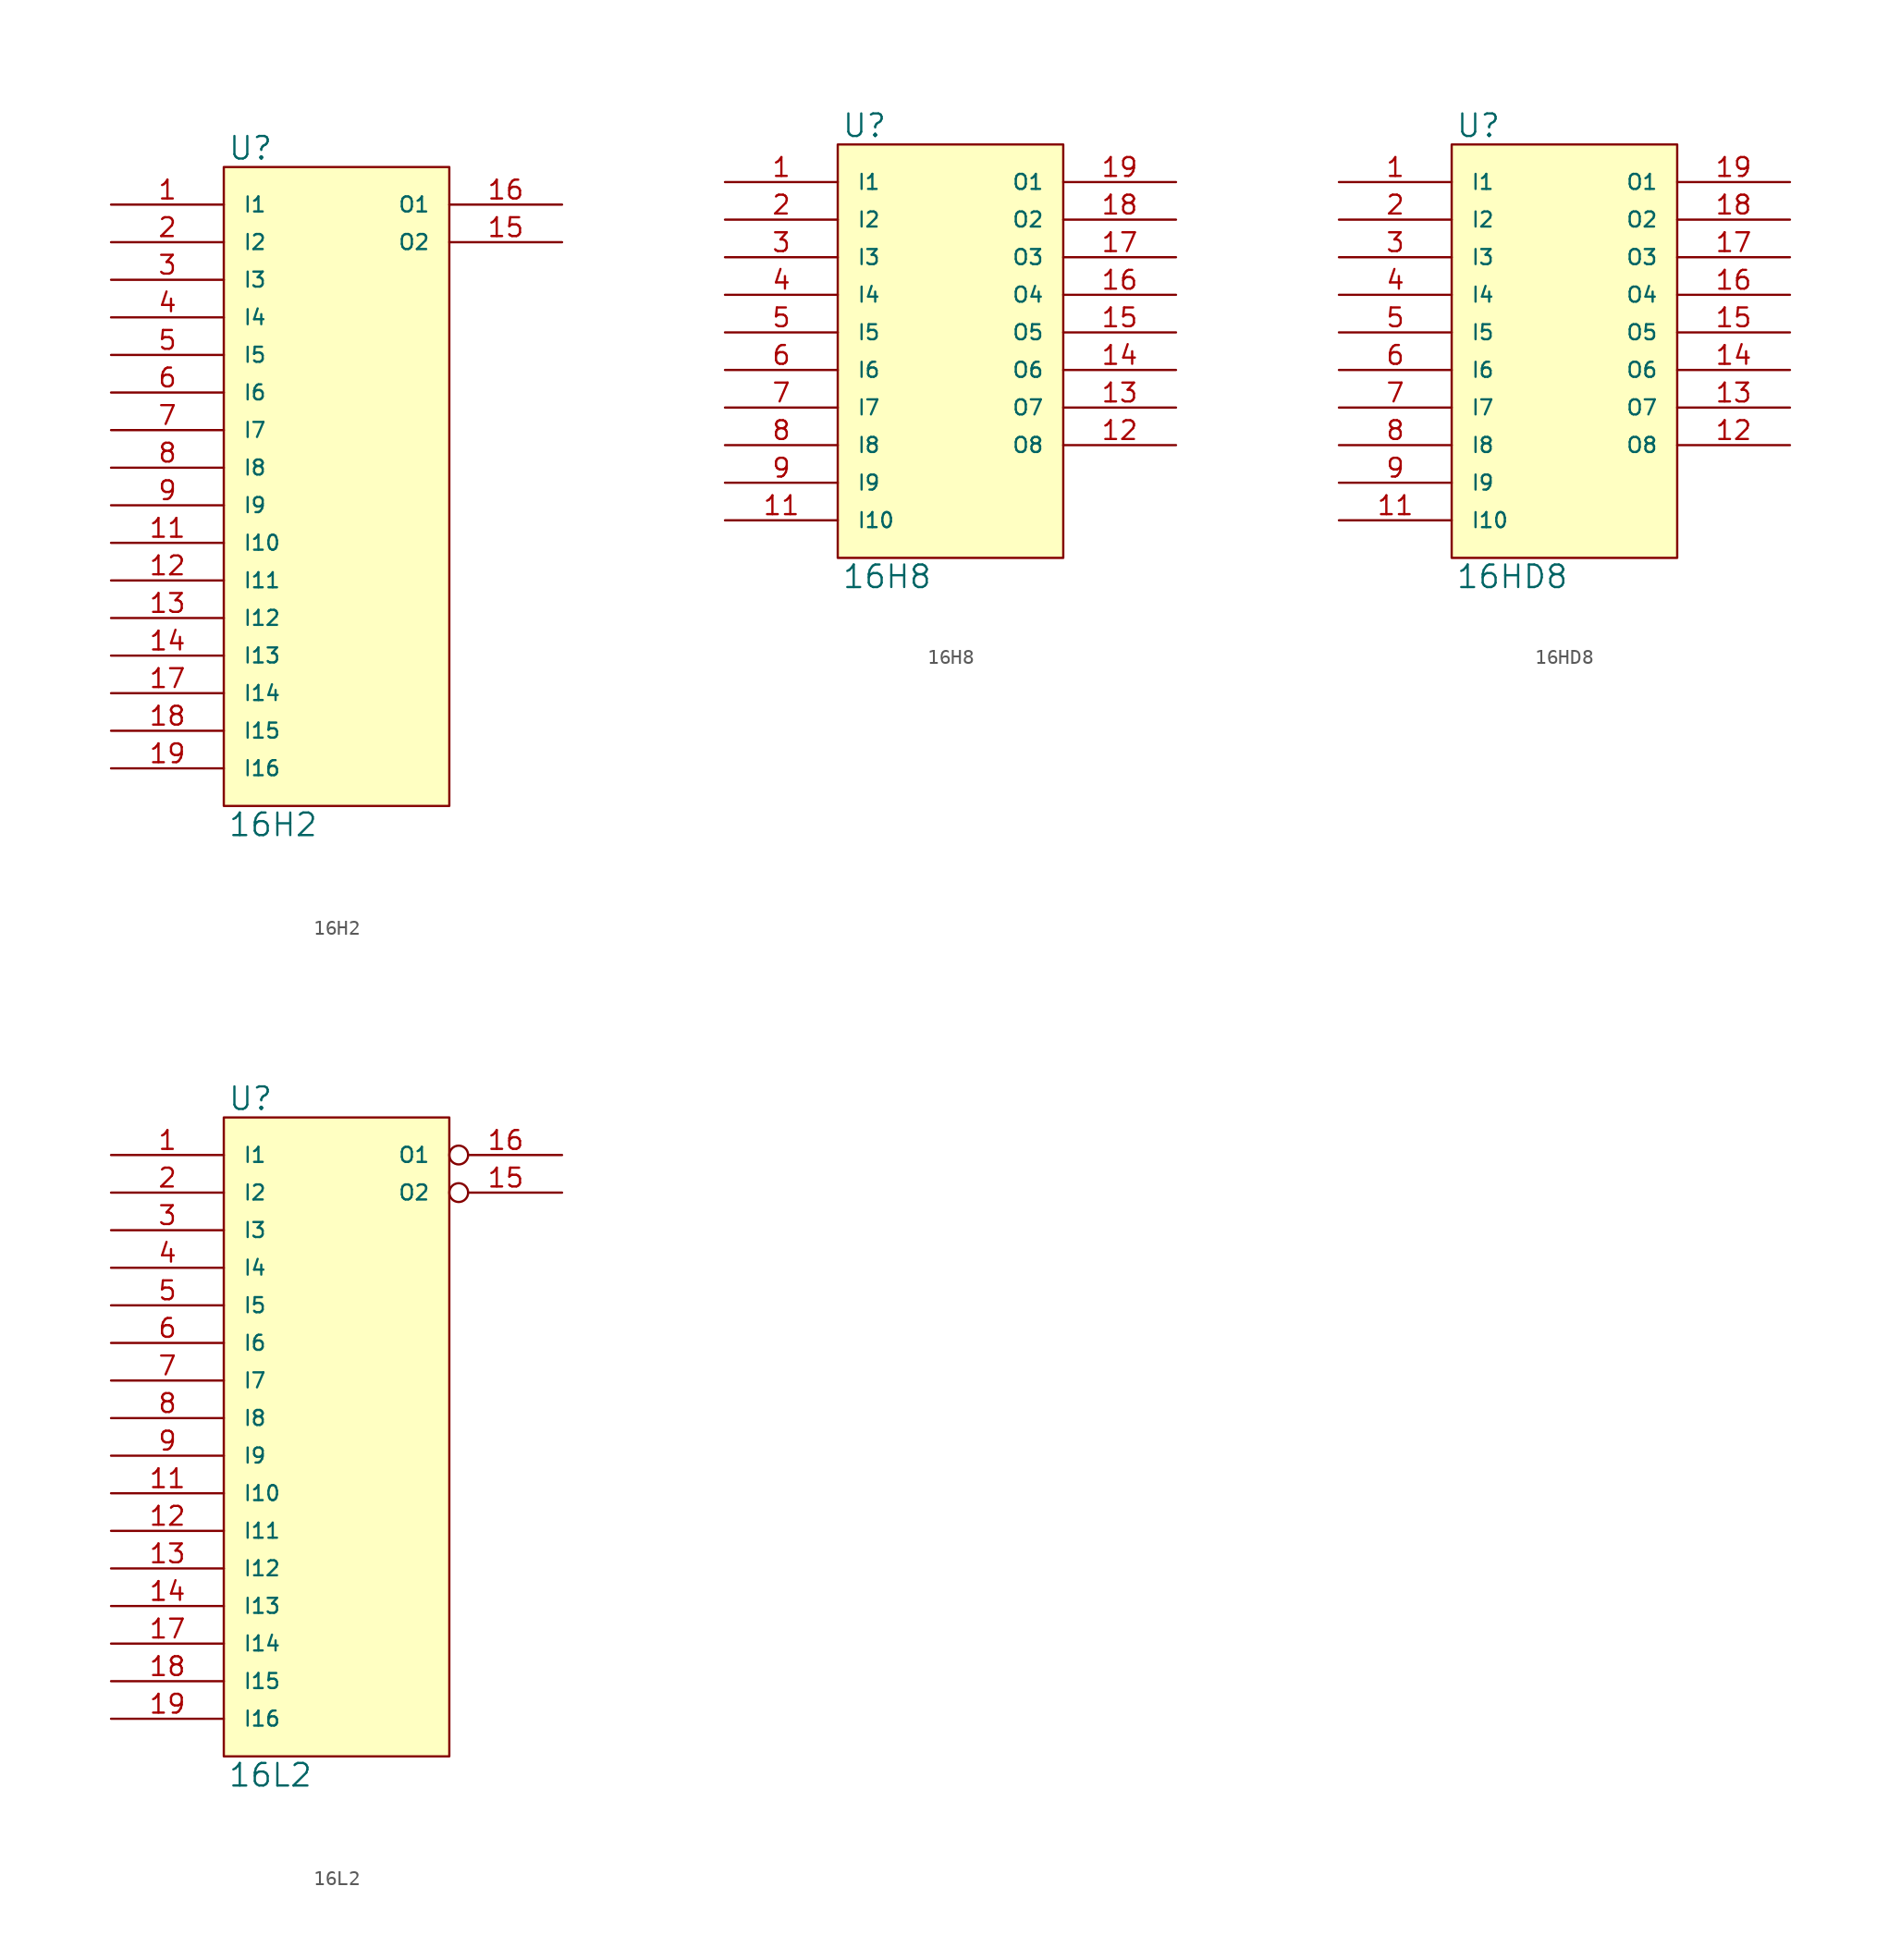
<source format=kicad_sym>
(kicad_symbol_lib
  (version 20231120)
  (generator "kicad_symbol_editor")
  (generator_version "8.0")
  (symbol "16H2"
    (pin_names
      (offset 1.27))
    (property "Reference" "U"
      (at 0.254 0.381 0)
      (effects (font (size 1.524 1.524)) (justify left bottom)))
    (property "Value" "16H2"
      (at 0.254 -43.561 0)
      (effects (font (size 1.524 1.524)) (justify left top)))
    (symbol "16H2_0_1"
      (rectangle (start 0 0) (end 15.24 -43.18) (stroke (width 0) (type solid)) (fill (type background))))
    (symbol "16H2_1_1"
      (pin input line (at -7.62 -2.54 0) (length 7.62) (name "I1" (effects (font (size 1.016 1.016)))) (number "1" (effects (font (size 1.27 1.27)))))
      (pin power_in line (at 0 -43.18 90) (length 0) hide (name "GND" (effects (font (size 1.016 1.016)))) (number "10" (effects (font (size 1.27 1.27)))))
      (pin input line (at -7.62 -25.4 0) (length 7.62) (name "I10" (effects (font (size 1.016 1.016)))) (number "11" (effects (font (size 1.27 1.27)))))
      (pin input line (at -7.62 -27.94 0) (length 7.62) (name "I11" (effects (font (size 1.016 1.016)))) (number "12" (effects (font (size 1.27 1.27)))))
      (pin input line (at -7.62 -30.48 0) (length 7.62) (name "I12" (effects (font (size 1.016 1.016)))) (number "13" (effects (font (size 1.27 1.27)))))
      (pin input line (at -7.62 -33.02 0) (length 7.62) (name "I13" (effects (font (size 1.016 1.016)))) (number "14" (effects (font (size 1.27 1.27)))))
      (pin output line (at 22.86 -5.08 180) (length 7.62) (name "O2" (effects (font (size 1.016 1.016)))) (number "15" (effects (font (size 1.27 1.27)))))
      (pin output line (at 22.86 -2.54 180) (length 7.62) (name "O1" (effects (font (size 1.016 1.016)))) (number "16" (effects (font (size 1.27 1.27)))))
      (pin input line (at -7.62 -35.56 0) (length 7.62) (name "I14" (effects (font (size 1.016 1.016)))) (number "17" (effects (font (size 1.27 1.27)))))
      (pin input line (at -7.62 -38.1 0) (length 7.62) (name "I15" (effects (font (size 1.016 1.016)))) (number "18" (effects (font (size 1.27 1.27)))))
      (pin input line (at -7.62 -40.64 0) (length 7.62) (name "I16" (effects (font (size 1.016 1.016)))) (number "19" (effects (font (size 1.27 1.27)))))
      (pin input line (at -7.62 -5.08 0) (length 7.62) (name "I2" (effects (font (size 1.016 1.016)))) (number "2" (effects (font (size 1.27 1.27)))))
      (pin power_in line (at 0 0 270) (length 0) hide (name "VCC" (effects (font (size 1.016 1.016)))) (number "20" (effects (font (size 1.27 1.27)))))
      (pin input line (at -7.62 -7.62 0) (length 7.62) (name "I3" (effects (font (size 1.016 1.016)))) (number "3" (effects (font (size 1.27 1.27)))))
      (pin input line (at -7.62 -10.16 0) (length 7.62) (name "I4" (effects (font (size 1.016 1.016)))) (number "4" (effects (font (size 1.27 1.27)))))
      (pin input line (at -7.62 -12.7 0) (length 7.62) (name "I5" (effects (font (size 1.016 1.016)))) (number "5" (effects (font (size 1.27 1.27)))))
      (pin input line (at -7.62 -15.24 0) (length 7.62) (name "I6" (effects (font (size 1.016 1.016)))) (number "6" (effects (font (size 1.27 1.27)))))
      (pin input line (at -7.62 -17.78 0) (length 7.62) (name "I7" (effects (font (size 1.016 1.016)))) (number "7" (effects (font (size 1.27 1.27)))))
      (pin input line (at -7.62 -20.32 0) (length 7.62) (name "I8" (effects (font (size 1.016 1.016)))) (number "8" (effects (font (size 1.27 1.27)))))
      (pin input line (at -7.62 -22.86 0) (length 7.62) (name "I9" (effects (font (size 1.016 1.016)))) (number "9" (effects (font (size 1.27 1.27)))))))
  (symbol "16H8"
    (pin_names
      (offset 1.27))
    (property "Reference" "U"
      (at 0.254 0.381 0)
      (effects (font (size 1.524 1.524)) (justify left bottom)))
    (property "Value" "16H8"
      (at 0.254 -28.321 0)
      (effects (font (size 1.524 1.524)) (justify left top)))
    (symbol "16H8_0_1"
      (rectangle (start 0 0) (end 15.24 -27.94) (stroke (width 0) (type solid)) (fill (type background))))
    (symbol "16H8_1_1"
      (pin input line (at -7.62 -2.54 0) (length 7.62) (name "I1" (effects (font (size 1.016 1.016)))) (number "1" (effects (font (size 1.27 1.27)))))
      (pin power_in line (at 0 -27.94 90) (length 0) hide (name "GND" (effects (font (size 1.016 1.016)))) (number "10" (effects (font (size 1.27 1.27)))))
      (pin input line (at -7.62 -25.4 0) (length 7.62) (name "I10" (effects (font (size 1.016 1.016)))) (number "11" (effects (font (size 1.27 1.27)))))
      (pin output line (at 22.86 -20.32 180) (length 7.62) (name "O8" (effects (font (size 1.016 1.016)))) (number "12" (effects (font (size 1.27 1.27)))))
      (pin tri_state line (at 22.86 -17.78 180) (length 7.62) (name "O7" (effects (font (size 1.016 1.016)))) (number "13" (effects (font (size 1.27 1.27)))))
      (pin tri_state line (at 22.86 -15.24 180) (length 7.62) (name "O6" (effects (font (size 1.016 1.016)))) (number "14" (effects (font (size 1.27 1.27)))))
      (pin tri_state line (at 22.86 -12.7 180) (length 7.62) (name "O5" (effects (font (size 1.016 1.016)))) (number "15" (effects (font (size 1.27 1.27)))))
      (pin tri_state line (at 22.86 -10.16 180) (length 7.62) (name "O4" (effects (font (size 1.016 1.016)))) (number "16" (effects (font (size 1.27 1.27)))))
      (pin tri_state line (at 22.86 -7.62 180) (length 7.62) (name "O3" (effects (font (size 1.016 1.016)))) (number "17" (effects (font (size 1.27 1.27)))))
      (pin tri_state line (at 22.86 -5.08 180) (length 7.62) (name "O2" (effects (font (size 1.016 1.016)))) (number "18" (effects (font (size 1.27 1.27)))))
      (pin output line (at 22.86 -2.54 180) (length 7.62) (name "O1" (effects (font (size 1.016 1.016)))) (number "19" (effects (font (size 1.27 1.27)))))
      (pin input line (at -7.62 -5.08 0) (length 7.62) (name "I2" (effects (font (size 1.016 1.016)))) (number "2" (effects (font (size 1.27 1.27)))))
      (pin power_in line (at 0 0 270) (length 0) hide (name "VCC" (effects (font (size 1.016 1.016)))) (number "20" (effects (font (size 1.27 1.27)))))
      (pin input line (at -7.62 -7.62 0) (length 7.62) (name "I3" (effects (font (size 1.016 1.016)))) (number "3" (effects (font (size 1.27 1.27)))))
      (pin input line (at -7.62 -10.16 0) (length 7.62) (name "I4" (effects (font (size 1.016 1.016)))) (number "4" (effects (font (size 1.27 1.27)))))
      (pin input line (at -7.62 -12.7 0) (length 7.62) (name "I5" (effects (font (size 1.016 1.016)))) (number "5" (effects (font (size 1.27 1.27)))))
      (pin input line (at -7.62 -15.24 0) (length 7.62) (name "I6" (effects (font (size 1.016 1.016)))) (number "6" (effects (font (size 1.27 1.27)))))
      (pin input line (at -7.62 -17.78 0) (length 7.62) (name "I7" (effects (font (size 1.016 1.016)))) (number "7" (effects (font (size 1.27 1.27)))))
      (pin input line (at -7.62 -20.32 0) (length 7.62) (name "I8" (effects (font (size 1.016 1.016)))) (number "8" (effects (font (size 1.27 1.27)))))
      (pin input line (at -7.62 -22.86 0) (length 7.62) (name "I9" (effects (font (size 1.016 1.016)))) (number "9" (effects (font (size 1.27 1.27)))))))
  (symbol "16HD8"
    (pin_names
      (offset 1.27))
    (property "Reference" "U"
      (at 0.254 0.381 0)
      (effects (font (size 1.524 1.524)) (justify left bottom)))
    (property "Value" "16HD8"
      (at 0.254 -28.321 0)
      (effects (font (size 1.524 1.524)) (justify left top)))
    (symbol "16HD8_0_1"
      (rectangle (start 0 0) (end 15.24 -27.94) (stroke (width 0) (type solid)) (fill (type background))))
    (symbol "16HD8_1_1"
      (pin input line (at -7.62 -2.54 0) (length 7.62) (name "I1" (effects (font (size 1.016 1.016)))) (number "1" (effects (font (size 1.27 1.27)))))
      (pin power_in line (at 0 -27.94 90) (length 0) hide (name "GND" (effects (font (size 1.016 1.016)))) (number "10" (effects (font (size 1.27 1.27)))))
      (pin input line (at -7.62 -25.4 0) (length 7.62) (name "I10" (effects (font (size 1.016 1.016)))) (number "11" (effects (font (size 1.27 1.27)))))
      (pin output line (at 22.86 -20.32 180) (length 7.62) (name "O8" (effects (font (size 1.016 1.016)))) (number "12" (effects (font (size 1.27 1.27)))))
      (pin output line (at 22.86 -17.78 180) (length 7.62) (name "O7" (effects (font (size 1.016 1.016)))) (number "13" (effects (font (size 1.27 1.27)))))
      (pin output line (at 22.86 -15.24 180) (length 7.62) (name "O6" (effects (font (size 1.016 1.016)))) (number "14" (effects (font (size 1.27 1.27)))))
      (pin output line (at 22.86 -12.7 180) (length 7.62) (name "O5" (effects (font (size 1.016 1.016)))) (number "15" (effects (font (size 1.27 1.27)))))
      (pin output line (at 22.86 -10.16 180) (length 7.62) (name "O4" (effects (font (size 1.016 1.016)))) (number "16" (effects (font (size 1.27 1.27)))))
      (pin output line (at 22.86 -7.62 180) (length 7.62) (name "O3" (effects (font (size 1.016 1.016)))) (number "17" (effects (font (size 1.27 1.27)))))
      (pin output line (at 22.86 -5.08 180) (length 7.62) (name "O2" (effects (font (size 1.016 1.016)))) (number "18" (effects (font (size 1.27 1.27)))))
      (pin output line (at 22.86 -2.54 180) (length 7.62) (name "O1" (effects (font (size 1.016 1.016)))) (number "19" (effects (font (size 1.27 1.27)))))
      (pin input line (at -7.62 -5.08 0) (length 7.62) (name "I2" (effects (font (size 1.016 1.016)))) (number "2" (effects (font (size 1.27 1.27)))))
      (pin power_in line (at 0 0 270) (length 0) hide (name "VCC" (effects (font (size 1.016 1.016)))) (number "20" (effects (font (size 1.27 1.27)))))
      (pin input line (at -7.62 -7.62 0) (length 7.62) (name "I3" (effects (font (size 1.016 1.016)))) (number "3" (effects (font (size 1.27 1.27)))))
      (pin input line (at -7.62 -10.16 0) (length 7.62) (name "I4" (effects (font (size 1.016 1.016)))) (number "4" (effects (font (size 1.27 1.27)))))
      (pin input line (at -7.62 -12.7 0) (length 7.62) (name "I5" (effects (font (size 1.016 1.016)))) (number "5" (effects (font (size 1.27 1.27)))))
      (pin input line (at -7.62 -15.24 0) (length 7.62) (name "I6" (effects (font (size 1.016 1.016)))) (number "6" (effects (font (size 1.27 1.27)))))
      (pin input line (at -7.62 -17.78 0) (length 7.62) (name "I7" (effects (font (size 1.016 1.016)))) (number "7" (effects (font (size 1.27 1.27)))))
      (pin input line (at -7.62 -20.32 0) (length 7.62) (name "I8" (effects (font (size 1.016 1.016)))) (number "8" (effects (font (size 1.27 1.27)))))
      (pin input line (at -7.62 -22.86 0) (length 7.62) (name "I9" (effects (font (size 1.016 1.016)))) (number "9" (effects (font (size 1.27 1.27)))))))
  (symbol "16L2"
    (pin_names
      (offset 1.27))
    (property "Reference" "U"
      (at 0.254 0.381 0)
      (effects (font (size 1.524 1.524)) (justify left bottom)))
    (property "Value" "16L2"
      (at 0.254 -43.561 0)
      (effects (font (size 1.524 1.524)) (justify left top)))
    (symbol "16L2_0_1"
      (rectangle (start 0 0) (end 15.24 -43.18) (stroke (width 0) (type solid)) (fill (type background))))
    (symbol "16L2_1_1"
      (pin input line (at -7.62 -2.54 0) (length 7.62) (name "I1" (effects (font (size 1.016 1.016)))) (number "1" (effects (font (size 1.27 1.27)))))
      (pin power_in line (at 0 -43.18 90) (length 0) hide (name "GND" (effects (font (size 1.016 1.016)))) (number "10" (effects (font (size 1.27 1.27)))))
      (pin input line (at -7.62 -25.4 0) (length 7.62) (name "I10" (effects (font (size 1.016 1.016)))) (number "11" (effects (font (size 1.27 1.27)))))
      (pin input line (at -7.62 -27.94 0) (length 7.62) (name "I11" (effects (font (size 1.016 1.016)))) (number "12" (effects (font (size 1.27 1.27)))))
      (pin input line (at -7.62 -30.48 0) (length 7.62) (name "I12" (effects (font (size 1.016 1.016)))) (number "13" (effects (font (size 1.27 1.27)))))
      (pin input line (at -7.62 -33.02 0) (length 7.62) (name "I13" (effects (font (size 1.016 1.016)))) (number "14" (effects (font (size 1.27 1.27)))))
      (pin output inverted (at 22.86 -5.08 180) (length 7.62) (name "O2" (effects (font (size 1.016 1.016)))) (number "15" (effects (font (size 1.27 1.27)))))
      (pin output inverted (at 22.86 -2.54 180) (length 7.62) (name "O1" (effects (font (size 1.016 1.016)))) (number "16" (effects (font (size 1.27 1.27)))))
      (pin input line (at -7.62 -35.56 0) (length 7.62) (name "I14" (effects (font (size 1.016 1.016)))) (number "17" (effects (font (size 1.27 1.27)))))
      (pin input line (at -7.62 -38.1 0) (length 7.62) (name "I15" (effects (font (size 1.016 1.016)))) (number "18" (effects (font (size 1.27 1.27)))))
      (pin input line (at -7.62 -40.64 0) (length 7.62) (name "I16" (effects (font (size 1.016 1.016)))) (number "19" (effects (font (size 1.27 1.27)))))
      (pin input line (at -7.62 -5.08 0) (length 7.62) (name "I2" (effects (font (size 1.016 1.016)))) (number "2" (effects (font (size 1.27 1.27)))))
      (pin power_in line (at 0 0 270) (length 0) hide (name "VCC" (effects (font (size 1.016 1.016)))) (number "20" (effects (font (size 1.27 1.27)))))
      (pin input line (at -7.62 -7.62 0) (length 7.62) (name "I3" (effects (font (size 1.016 1.016)))) (number "3" (effects (font (size 1.27 1.27)))))
      (pin input line (at -7.62 -10.16 0) (length 7.62) (name "I4" (effects (font (size 1.016 1.016)))) (number "4" (effects (font (size 1.27 1.27)))))
      (pin input line (at -7.62 -12.7 0) (length 7.62) (name "I5" (effects (font (size 1.016 1.016)))) (number "5" (effects (font (size 1.27 1.27)))))
      (pin input line (at -7.62 -15.24 0) (length 7.62) (name "I6" (effects (font (size 1.016 1.016)))) (number "6" (effects (font (size 1.27 1.27)))))
      (pin input line (at -7.62 -17.78 0) (length 7.62) (name "I7" (effects (font (size 1.016 1.016)))) (number "7" (effects (font (size 1.27 1.27)))))
      (pin input line (at -7.62 -20.32 0) (length 7.62) (name "I8" (effects (font (size 1.016 1.016)))) (number "8" (effects (font (size 1.27 1.27)))))
      (pin input line (at -7.62 -22.86 0) (length 7.62) (name "I9" (effects (font (size 1.016 1.016)))) (number "9" (effects (font (size 1.27 1.27))))))))
</source>
